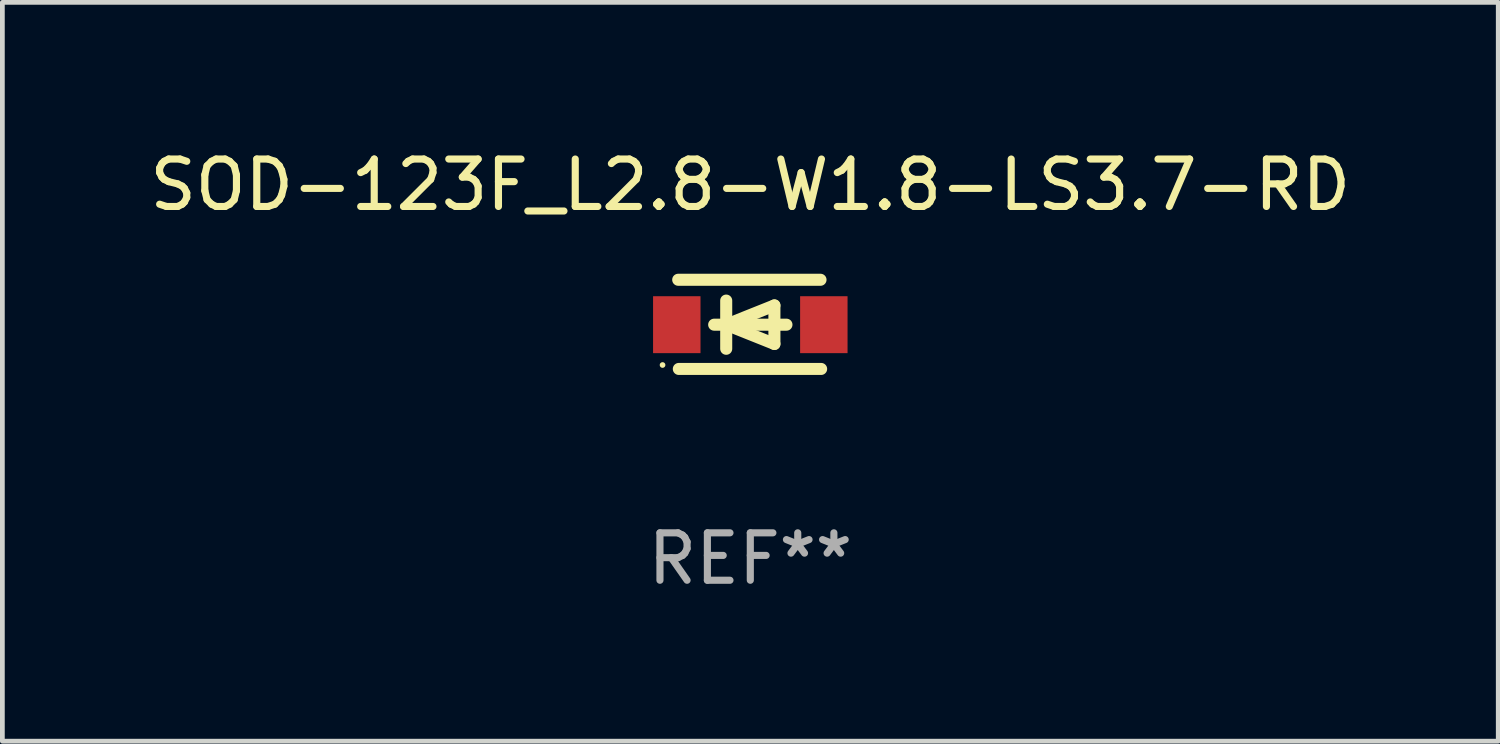
<source format=kicad_pcb>
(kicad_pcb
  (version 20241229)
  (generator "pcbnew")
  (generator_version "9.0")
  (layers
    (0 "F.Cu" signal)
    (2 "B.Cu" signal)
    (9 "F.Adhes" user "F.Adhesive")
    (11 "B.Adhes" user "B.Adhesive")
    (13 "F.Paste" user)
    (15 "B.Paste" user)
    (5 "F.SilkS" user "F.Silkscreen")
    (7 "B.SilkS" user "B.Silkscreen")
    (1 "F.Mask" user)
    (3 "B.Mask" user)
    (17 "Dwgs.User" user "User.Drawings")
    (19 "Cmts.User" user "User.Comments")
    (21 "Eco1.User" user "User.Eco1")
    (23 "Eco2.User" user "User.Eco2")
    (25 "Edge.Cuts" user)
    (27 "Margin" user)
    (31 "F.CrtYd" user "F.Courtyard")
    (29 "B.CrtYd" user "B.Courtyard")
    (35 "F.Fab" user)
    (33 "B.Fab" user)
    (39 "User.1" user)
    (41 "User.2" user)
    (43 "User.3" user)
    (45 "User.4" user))
  (footprint "SOD-123F_L2.8-W1.8-LS3.7-RD"
    (layer "F.Cu")
    (at 12.768 3.795)
    (property "Reference" "SOD-123F_L2.8-W1.8-LS3.7-RD" (at 0 -2.947 0) (layer "F.SilkS") (effects (font (size 1 1) (thickness 0.15))))
    (attr smd)
    (fp_line (start -1.52 -0.947) (end 1.48 -0.947) (stroke (width 0.254) (type solid)) (layer "F.SilkS"))
    (fp_line (start -1.507 0.933) (end 1.493 0.933) (stroke (width 0.254) (type solid)) (layer "F.SilkS"))
    (fp_line (start -0.762 0) (end 0.762 0) (stroke (width 0.254) (type solid)) (layer "F.SilkS"))
    (fp_line (start -0.508 -0.508) (end -0.508 0.508) (stroke (width 0.254) (type solid)) (layer "F.SilkS"))
    (fp_line (start -0.508 0) (end 0.508 -0.406) (stroke (width 0.254) (type solid)) (layer "F.SilkS"))
    (fp_line (start 0.508 -0.406) (end 0.508 0.406) (stroke (width 0.254) (type solid)) (layer "F.SilkS"))
    (fp_line (start 0.508 0.406) (end -0.508 0) (stroke (width 0.254) (type solid)) (layer "F.SilkS"))
    (fp_circle (center -1.85 0.85) (end -1.82 0.85) (stroke (width 0.06) (type solid)) (fill no) (layer "F.SilkS"))
    (fp_text user "REF**" (at 0 4.933 0) (layer "F.Fab") (effects (font (size 1 1) (thickness 0.15))))
    (pad "1" smd rect (at -1.55 0) (size 1 1.2) (layers "F.Cu" "F.Mask" "F.Paste"))
    (pad "2" smd rect (at 1.55 0) (size 1 1.2) (layers "F.Cu" "F.Mask" "F.Paste")))
  (gr_rect
    (start -3 -3)
    (end 28.536 12.576)
    (stroke (width 0.1) (type default))
    (fill no)
    (layer "Edge.Cuts")))
</source>
